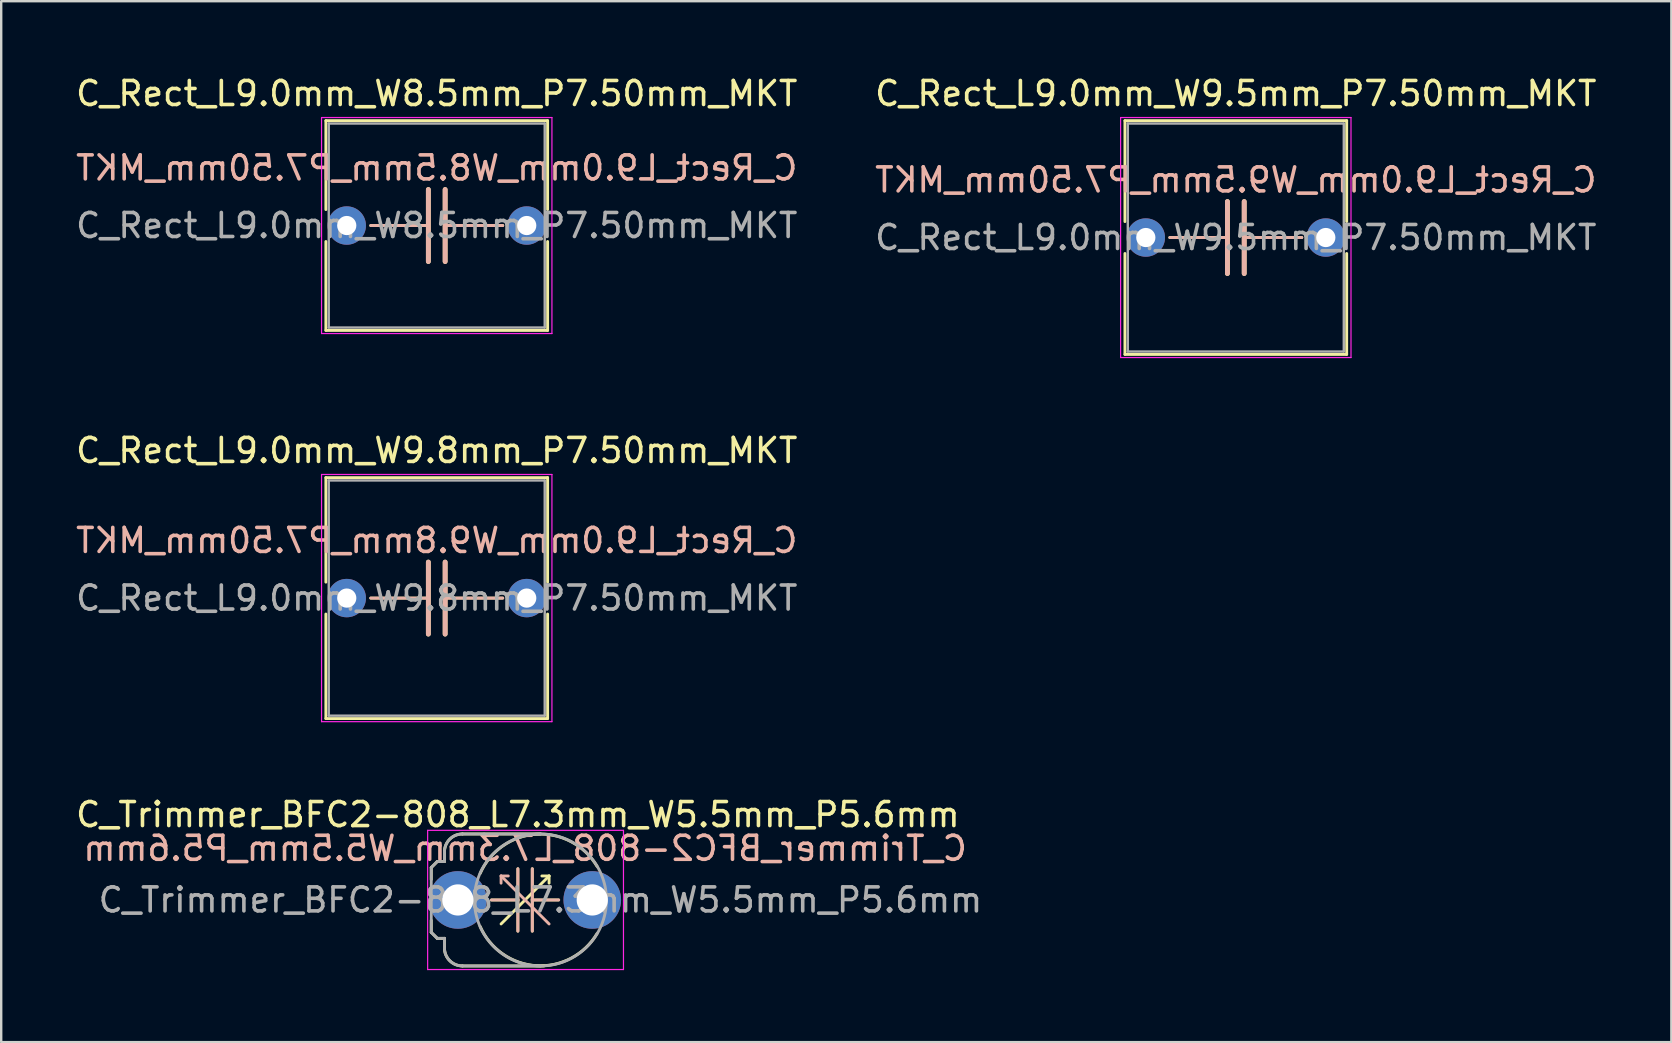
<source format=kicad_pcb>
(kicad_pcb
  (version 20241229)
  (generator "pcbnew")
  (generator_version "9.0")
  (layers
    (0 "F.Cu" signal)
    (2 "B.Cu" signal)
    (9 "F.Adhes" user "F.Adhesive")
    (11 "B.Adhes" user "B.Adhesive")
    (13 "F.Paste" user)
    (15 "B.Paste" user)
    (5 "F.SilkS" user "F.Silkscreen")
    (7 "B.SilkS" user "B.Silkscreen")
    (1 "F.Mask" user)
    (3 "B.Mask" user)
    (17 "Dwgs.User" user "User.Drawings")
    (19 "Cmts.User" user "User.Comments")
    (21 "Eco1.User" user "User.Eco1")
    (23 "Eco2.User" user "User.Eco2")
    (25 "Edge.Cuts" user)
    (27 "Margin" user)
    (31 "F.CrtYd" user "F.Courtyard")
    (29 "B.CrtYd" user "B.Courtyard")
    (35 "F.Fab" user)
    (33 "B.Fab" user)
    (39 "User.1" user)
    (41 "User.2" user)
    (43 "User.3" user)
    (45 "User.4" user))
  (footprint "C_Rect_L9.0mm_W8.5mm_P7.50mm_MKT"
    (layer "F.Cu")
    (at 11.399 6.348)
    (property "Reference" "C_Rect_L9.0mm_W8.5mm_P7.50mm_MKT" (at 3.75 -5.5 0) (layer "F.SilkS") (effects (font (size 1 1) (thickness 0.15))))
    (fp_line (start -0.87 -4.37) (end -0.87 -0.665) (stroke (width 0.12) (type solid)) (layer "F.SilkS"))
    (fp_line (start -0.87 -4.37) (end 8.37 -4.37) (stroke (width 0.12) (type solid)) (layer "F.SilkS"))
    (fp_line (start -0.87 0.665) (end -0.87 4.37) (stroke (width 0.12) (type solid)) (layer "F.SilkS"))
    (fp_line (start -0.87 4.37) (end 8.37 4.37) (stroke (width 0.12) (type solid)) (layer "F.SilkS"))
    (fp_line (start 1 0) (end 3.4 0) (stroke (width 0.12) (type solid)) (layer "F.SilkS"))
    (fp_line (start 3.4 -1.5) (end 3.4 1.5) (stroke (width 0.2) (type solid)) (layer "F.SilkS"))
    (fp_line (start 4.1 -1.5) (end 4.1 1.5) (stroke (width 0.2) (type solid)) (layer "F.SilkS"))
    (fp_line (start 4.1 0) (end 6.5 0) (stroke (width 0.12) (type solid)) (layer "F.SilkS"))
    (fp_line (start 8.37 -4.37) (end 8.37 -0.665) (stroke (width 0.12) (type solid)) (layer "F.SilkS"))
    (fp_line (start 8.37 0.665) (end 8.37 4.37) (stroke (width 0.12) (type solid)) (layer "F.SilkS"))
    (fp_line (start 1 0) (end 3.4 0) (stroke (width 0.12) (type solid)) (layer "B.SilkS"))
    (fp_line (start 3.4 1.5) (end 3.4 -1.5) (stroke (width 0.2) (type solid)) (layer "B.SilkS"))
    (fp_line (start 4.1 0) (end 6.5 0) (stroke (width 0.12) (type solid)) (layer "B.SilkS"))
    (fp_line (start 4.1 1.5) (end 4.1 -1.5) (stroke (width 0.2) (type solid)) (layer "B.SilkS"))
    (fp_line (start -1.05 -4.5) (end -1.05 4.5) (stroke (width 0.05) (type solid)) (layer "F.CrtYd"))
    (fp_line (start -1.05 4.5) (end 8.55 4.5) (stroke (width 0.05) (type solid)) (layer "F.CrtYd"))
    (fp_line (start 8.55 -4.5) (end -1.05 -4.5) (stroke (width 0.05) (type solid)) (layer "F.CrtYd"))
    (fp_line (start 8.55 4.5) (end 8.55 -4.5) (stroke (width 0.05) (type solid)) (layer "F.CrtYd"))
    (fp_line (start -0.75 -4.25) (end -0.75 4.25) (stroke (width 0.1) (type solid)) (layer "F.Fab"))
    (fp_line (start -0.75 4.25) (end 8.25 4.25) (stroke (width 0.1) (type solid)) (layer "F.Fab"))
    (fp_line (start 8.25 -4.25) (end -0.75 -4.25) (stroke (width 0.1) (type solid)) (layer "F.Fab"))
    (fp_line (start 8.25 4.25) (end 8.25 -4.25) (stroke (width 0.1) (type solid)) (layer "F.Fab"))
    (fp_text user "${REFERENCE}" (at 3.75 -2.4 0) (layer "B.SilkS") (effects (font (size 1 1) (thickness 0.15)) (justify mirror)))
    (fp_text user "${REFERENCE}" (at 3.75 0 0) (layer "F.Fab") (effects (font (size 1 1) (thickness 0.15))))
    (pad "1" thru_hole circle (at 0 0) (size 1.6 1.6) (drill 0.8) (layers "*.Cu" "*.Mask"))
    (pad "2" thru_hole circle (at 7.5 0) (size 1.6 1.6) (drill 0.8) (layers "*.Cu" "*.Mask")))
  (footprint "C_Rect_L9.0mm_W9.8mm_P7.50mm_MKT"
    (layer "F.Cu")
    (at 11.399 21.872)
    (property "Reference" "C_Rect_L9.0mm_W9.8mm_P7.50mm_MKT" (at 3.75 -6.15 0) (layer "F.SilkS") (effects (font (size 1 1) (thickness 0.15))))
    (fp_line (start -0.87 -5.02) (end -0.87 -0.665) (stroke (width 0.12) (type solid)) (layer "F.SilkS"))
    (fp_line (start -0.87 -5.02) (end 8.37 -5.02) (stroke (width 0.12) (type solid)) (layer "F.SilkS"))
    (fp_line (start -0.87 0.665) (end -0.87 5.02) (stroke (width 0.12) (type solid)) (layer "F.SilkS"))
    (fp_line (start -0.87 5.02) (end 8.37 5.02) (stroke (width 0.12) (type solid)) (layer "F.SilkS"))
    (fp_line (start 1 0) (end 3.4 0) (stroke (width 0.12) (type solid)) (layer "F.SilkS"))
    (fp_line (start 3.4 -1.5) (end 3.4 1.5) (stroke (width 0.2) (type solid)) (layer "F.SilkS"))
    (fp_line (start 4.1 -1.5) (end 4.1 1.5) (stroke (width 0.2) (type solid)) (layer "F.SilkS"))
    (fp_line (start 4.1 0) (end 6.5 0) (stroke (width 0.12) (type solid)) (layer "F.SilkS"))
    (fp_line (start 8.37 -5.02) (end 8.37 -0.665) (stroke (width 0.12) (type solid)) (layer "F.SilkS"))
    (fp_line (start 8.37 0.665) (end 8.37 5.02) (stroke (width 0.12) (type solid)) (layer "F.SilkS"))
    (fp_line (start 1 0) (end 3.4 0) (stroke (width 0.12) (type solid)) (layer "B.SilkS"))
    (fp_line (start 3.4 1.5) (end 3.4 -1.5) (stroke (width 0.2) (type solid)) (layer "B.SilkS"))
    (fp_line (start 4.1 0) (end 6.5 0) (stroke (width 0.12) (type solid)) (layer "B.SilkS"))
    (fp_line (start 4.1 1.5) (end 4.1 -1.5) (stroke (width 0.2) (type solid)) (layer "B.SilkS"))
    (fp_line (start -1.05 -5.15) (end -1.05 5.15) (stroke (width 0.05) (type solid)) (layer "F.CrtYd"))
    (fp_line (start -1.05 5.15) (end 8.55 5.15) (stroke (width 0.05) (type solid)) (layer "F.CrtYd"))
    (fp_line (start 8.55 -5.15) (end -1.05 -5.15) (stroke (width 0.05) (type solid)) (layer "F.CrtYd"))
    (fp_line (start 8.55 5.15) (end 8.55 -5.15) (stroke (width 0.05) (type solid)) (layer "F.CrtYd"))
    (fp_line (start -0.75 -4.9) (end -0.75 4.9) (stroke (width 0.1) (type solid)) (layer "F.Fab"))
    (fp_line (start -0.75 4.9) (end 8.25 4.9) (stroke (width 0.1) (type solid)) (layer "F.Fab"))
    (fp_line (start 8.25 -4.9) (end -0.75 -4.9) (stroke (width 0.1) (type solid)) (layer "F.Fab"))
    (fp_line (start 8.25 4.9) (end 8.25 -4.9) (stroke (width 0.1) (type solid)) (layer "F.Fab"))
    (fp_text user "${REFERENCE}" (at 3.75 -2.4 0) (layer "B.SilkS") (effects (font (size 1 1) (thickness 0.15)) (justify mirror)))
    (fp_text user "${REFERENCE}" (at 3.75 0 0) (layer "F.Fab") (effects (font (size 1 1) (thickness 0.15))))
    (pad "1" thru_hole circle (at 0 0) (size 1.6 1.6) (drill 0.8) (layers "*.Cu" "*.Mask"))
    (pad "2" thru_hole circle (at 7.5 0) (size 1.6 1.6) (drill 0.8) (layers "*.Cu" "*.Mask")))
  (footprint "C_Trimmer_BFC2-808_L7.3mm_W5.5mm_P5.6mm"
    (layer "F.Cu")
    (at 16.03 34.451)
    (property "Reference" "C_Trimmer_BFC2-808_L7.3mm_W5.5mm_P5.6mm" (at 2.5 -3.556 0) (layer "F.SilkS") (effects (font (size 1 1) (thickness 0.15))))
    (fp_line (start -1.11 -1.35) (end -1.11 -0.85) (stroke (width 0.12) (type solid)) (layer "F.SilkS"))
    (fp_line (start -1.11 1.35) (end -1.11 0.85) (stroke (width 0.12) (type solid)) (layer "F.SilkS"))
    (fp_line (start -1.11 1.35) (end -0.86 1.6) (stroke (width 0.12) (type solid)) (layer "F.SilkS"))
    (fp_line (start -0.86 -1.6) (end -1.11 -1.35) (stroke (width 0.12) (type solid)) (layer "F.SilkS"))
    (fp_line (start -0.76 -1.6) (end -0.86 -1.6) (stroke (width 0.12) (type solid)) (layer "F.SilkS"))
    (fp_line (start -0.56 -2) (end -0.56 -1.6) (stroke (width 0.12) (type solid)) (layer "F.SilkS"))
    (fp_line (start -0.56 -1.6) (end -0.76 -1.6) (stroke (width 0.12) (type solid)) (layer "F.SilkS"))
    (fp_line (start -0.56 1.6) (end -0.86 1.6) (stroke (width 0.12) (type solid)) (layer "F.SilkS"))
    (fp_line (start -0.56 1.6) (end -0.56 2) (stroke (width 0.12) (type solid)) (layer "F.SilkS"))
    (fp_line (start 0.19 -2.75) (end 3.44 -2.75) (stroke (width 0.12) (type solid)) (layer "F.SilkS"))
    (fp_line (start 0.19 2.75) (end 3.59 2.75) (stroke (width 0.12) (type solid)) (layer "F.SilkS"))
    (fp_line (start 1.4 0) (end 2.5 0) (stroke (width 0.12) (type solid)) (layer "F.SilkS"))
    (fp_line (start 2.5 0) (end 2.5 -1.3) (stroke (width 0.12) (type solid)) (layer "F.SilkS"))
    (fp_line (start 2.5 0) (end 2.5 1.3) (stroke (width 0.12) (type solid)) (layer "F.SilkS"))
    (fp_line (start 2.8 0) (end 1.8 1) (stroke (width 0.12) (type solid)) (layer "F.SilkS"))
    (fp_line (start 2.8 0) (end 3.8 -1) (stroke (width 0.12) (type solid)) (layer "F.SilkS"))
    (fp_line (start 3.1 0) (end 3.1 -1.3) (stroke (width 0.12) (type solid)) (layer "F.SilkS"))
    (fp_line (start 3.1 0) (end 3.1 1.3) (stroke (width 0.12) (type solid)) (layer "F.SilkS"))
    (fp_line (start 3.1 0) (end 4.2 0) (stroke (width 0.12) (type solid)) (layer "F.SilkS"))
    (fp_line (start 3.8 -1) (end 3.5 -1) (stroke (width 0.12) (type solid)) (layer "F.SilkS"))
    (fp_line (start 3.8 -1) (end 3.8 -0.7) (stroke (width 0.12) (type solid)) (layer "F.SilkS"))
    (fp_arc (start -0.56 -2) (mid -0.34033 -2.53033) (end 0.19 -2.75) (stroke (width 0.12) (type solid)) (layer "F.SilkS"))
    (fp_arc (start 0.19 2.75) (mid -0.34033 2.53033) (end -0.56 2) (stroke (width 0.12) (type solid)) (layer "F.SilkS"))
    (fp_arc (start 0.928365 -1.105119) (mid 3.274208 -2.738998) (end 5.8 -1.4) (stroke (width 0.12) (type solid)) (layer "F.SilkS"))
    (fp_arc (start 5.8 1.4) (mid 3.274208 2.738999) (end 0.928365 1.105119) (stroke (width 0.12) (type solid)) (layer "F.SilkS"))
    (fp_line (start 1.8 -1) (end 1.8 -0.7) (stroke (width 0.12) (type solid)) (layer "B.SilkS"))
    (fp_line (start 1.8 -1) (end 2.1 -1) (stroke (width 0.12) (type solid)) (layer "B.SilkS"))
    (fp_line (start 2.5 0) (end 1.4 0) (stroke (width 0.12) (type solid)) (layer "B.SilkS"))
    (fp_line (start 2.5 0) (end 2.5 -1.3) (stroke (width 0.12) (type solid)) (layer "B.SilkS"))
    (fp_line (start 2.5 0) (end 2.5 1.3) (stroke (width 0.12) (type solid)) (layer "B.SilkS"))
    (fp_line (start 2.8 0) (end 1.8 -1) (stroke (width 0.12) (type solid)) (layer "B.SilkS"))
    (fp_line (start 2.8 0) (end 3.8 1) (stroke (width 0.12) (type solid)) (layer "B.SilkS"))
    (fp_line (start 3.1 0) (end 3.1 -1.3) (stroke (width 0.12) (type solid)) (layer "B.SilkS"))
    (fp_line (start 3.1 0) (end 3.1 1.3) (stroke (width 0.12) (type solid)) (layer "B.SilkS"))
    (fp_line (start 4.2 0) (end 3.1 0) (stroke (width 0.12) (type solid)) (layer "B.SilkS"))
    (fp_line (start -1.26 -2.9) (end -1.26 2.9) (stroke (width 0.05) (type solid)) (layer "F.CrtYd"))
    (fp_line (start -1.26 2.9) (end 6.9 2.9) (stroke (width 0.05) (type solid)) (layer "F.CrtYd"))
    (fp_line (start 6.9 -2.9) (end -1.26 -2.9) (stroke (width 0.05) (type solid)) (layer "F.CrtYd"))
    (fp_line (start 6.9 2.9) (end 6.9 -2.9) (stroke (width 0.05) (type solid)) (layer "F.CrtYd"))
    (fp_line (start -1.11 -1.35) (end -1.11 0) (stroke (width 0.12) (type solid)) (layer "F.Fab"))
    (fp_line (start -1.11 1.35) (end -1.11 0) (stroke (width 0.12) (type solid)) (layer "F.Fab"))
    (fp_line (start -1.11 1.35) (end -0.86 1.6) (stroke (width 0.12) (type solid)) (layer "F.Fab"))
    (fp_line (start -0.86 -1.6) (end -1.11 -1.35) (stroke (width 0.12) (type solid)) (layer "F.Fab"))
    (fp_line (start -0.76 -1.6) (end -0.86 -1.6) (stroke (width 0.12) (type solid)) (layer "F.Fab"))
    (fp_line (start -0.56 -2) (end -0.56 -1.6) (stroke (width 0.12) (type solid)) (layer "F.Fab"))
    (fp_line (start -0.56 -1.6) (end -0.76 -1.6) (stroke (width 0.12) (type solid)) (layer "F.Fab"))
    (fp_line (start -0.56 1.6) (end -0.86 1.6) (stroke (width 0.12) (type solid)) (layer "F.Fab"))
    (fp_line (start -0.56 1.6) (end -0.56 2) (stroke (width 0.12) (type solid)) (layer "F.Fab"))
    (fp_line (start 1.09 -2.75) (end 0.19 -2.75) (stroke (width 0.12) (type solid)) (layer "F.Fab"))
    (fp_line (start 3.44 -2.75) (end 1.09 -2.75) (stroke (width 0.12) (type solid)) (layer "F.Fab"))
    (fp_line (start 3.44 2.75) (end 0.19 2.75) (stroke (width 0.12) (type solid)) (layer "F.Fab"))
    (fp_arc (start -0.56 -2) (mid -0.34033 -2.53033) (end 0.19 -2.75) (stroke (width 0.12) (type solid)) (layer "F.Fab"))
    (fp_arc (start 0.19 2.75) (mid -0.34033 2.53033) (end -0.56 2) (stroke (width 0.12) (type solid)) (layer "F.Fab"))
    (fp_arc (start 3.44 -2.75) (mid 6.19 0) (end 3.44 2.75) (stroke (width 0.12) (type solid)) (layer "F.Fab"))
    (fp_arc (start 3.44 2.75) (mid 0.69 0) (end 3.44 -2.75) (stroke (width 0.12) (type solid)) (layer "F.Fab"))
    (fp_text user "${REFERENCE}" (at 2.8 -2.15 0) (layer "B.SilkS") (effects (font (size 1 1) (thickness 0.15)) (justify mirror)))
    (fp_text user "${REFERENCE}" (at 3.44 0 0) (layer "F.Fab") (effects (font (size 1 1) (thickness 0.15))))
    (pad "1" thru_hole circle (at 0 0) (size 2.4 2.4) (drill 1.3) (layers "*.Cu" "*.Mask"))
    (pad "2" thru_hole circle (at 5.6 0) (size 2.4 2.4) (drill 1.3) (layers "*.Cu" "*.Mask")))
  (footprint "C_Rect_L9.0mm_W9.5mm_P7.50mm_MKT"
    (layer "F.Cu")
    (at 44.696 6.848)
    (property "Reference" "C_Rect_L9.0mm_W9.5mm_P7.50mm_MKT" (at 3.75 -6 0) (layer "F.SilkS") (effects (font (size 1 1) (thickness 0.15))))
    (fp_line (start -0.87 -4.87) (end -0.87 -0.665) (stroke (width 0.12) (type solid)) (layer "F.SilkS"))
    (fp_line (start -0.87 -4.87) (end 8.37 -4.87) (stroke (width 0.12) (type solid)) (layer "F.SilkS"))
    (fp_line (start -0.87 0.665) (end -0.87 4.87) (stroke (width 0.12) (type solid)) (layer "F.SilkS"))
    (fp_line (start -0.87 4.87) (end 8.37 4.87) (stroke (width 0.12) (type solid)) (layer "F.SilkS"))
    (fp_line (start 1 0) (end 3.4 0) (stroke (width 0.12) (type solid)) (layer "F.SilkS"))
    (fp_line (start 3.4 -1.5) (end 3.4 1.5) (stroke (width 0.2) (type solid)) (layer "F.SilkS"))
    (fp_line (start 4.1 -1.5) (end 4.1 1.5) (stroke (width 0.2) (type solid)) (layer "F.SilkS"))
    (fp_line (start 4.1 0) (end 6.5 0) (stroke (width 0.12) (type solid)) (layer "F.SilkS"))
    (fp_line (start 8.37 -4.87) (end 8.37 -0.665) (stroke (width 0.12) (type solid)) (layer "F.SilkS"))
    (fp_line (start 8.37 0.665) (end 8.37 4.87) (stroke (width 0.12) (type solid)) (layer "F.SilkS"))
    (fp_line (start 1 0) (end 3.4 0) (stroke (width 0.12) (type solid)) (layer "B.SilkS"))
    (fp_line (start 3.4 1.5) (end 3.4 -1.5) (stroke (width 0.2) (type solid)) (layer "B.SilkS"))
    (fp_line (start 4.1 0) (end 6.5 0) (stroke (width 0.12) (type solid)) (layer "B.SilkS"))
    (fp_line (start 4.1 1.5) (end 4.1 -1.5) (stroke (width 0.2) (type solid)) (layer "B.SilkS"))
    (fp_line (start -1.05 -5) (end -1.05 5) (stroke (width 0.05) (type solid)) (layer "F.CrtYd"))
    (fp_line (start -1.05 5) (end 8.55 5) (stroke (width 0.05) (type solid)) (layer "F.CrtYd"))
    (fp_line (start 8.55 -5) (end -1.05 -5) (stroke (width 0.05) (type solid)) (layer "F.CrtYd"))
    (fp_line (start 8.55 5) (end 8.55 -5) (stroke (width 0.05) (type solid)) (layer "F.CrtYd"))
    (fp_line (start -0.75 -4.75) (end -0.75 4.75) (stroke (width 0.1) (type solid)) (layer "F.Fab"))
    (fp_line (start -0.75 4.75) (end 8.25 4.75) (stroke (width 0.1) (type solid)) (layer "F.Fab"))
    (fp_line (start 8.25 -4.75) (end -0.75 -4.75) (stroke (width 0.1) (type solid)) (layer "F.Fab"))
    (fp_line (start 8.25 4.75) (end 8.25 -4.75) (stroke (width 0.1) (type solid)) (layer "F.Fab"))
    (fp_text user "${REFERENCE}" (at 3.75 -2.4 0) (layer "B.SilkS") (effects (font (size 1 1) (thickness 0.15)) (justify mirror)))
    (fp_text user "${REFERENCE}" (at 3.75 0 0) (layer "F.Fab") (effects (font (size 1 1) (thickness 0.15))))
    (pad "1" thru_hole circle (at 0 0) (size 1.6 1.6) (drill 0.8) (layers "*.Cu" "*.Mask"))
    (pad "2" thru_hole circle (at 7.5 0) (size 1.6 1.6) (drill 0.8) (layers "*.Cu" "*.Mask")))
  (gr_rect
    (start -3 -3)
    (end 66.595 40.376)
    (stroke (width 0.1) (type default))
    (fill no)
    (layer "Edge.Cuts")))
</source>
